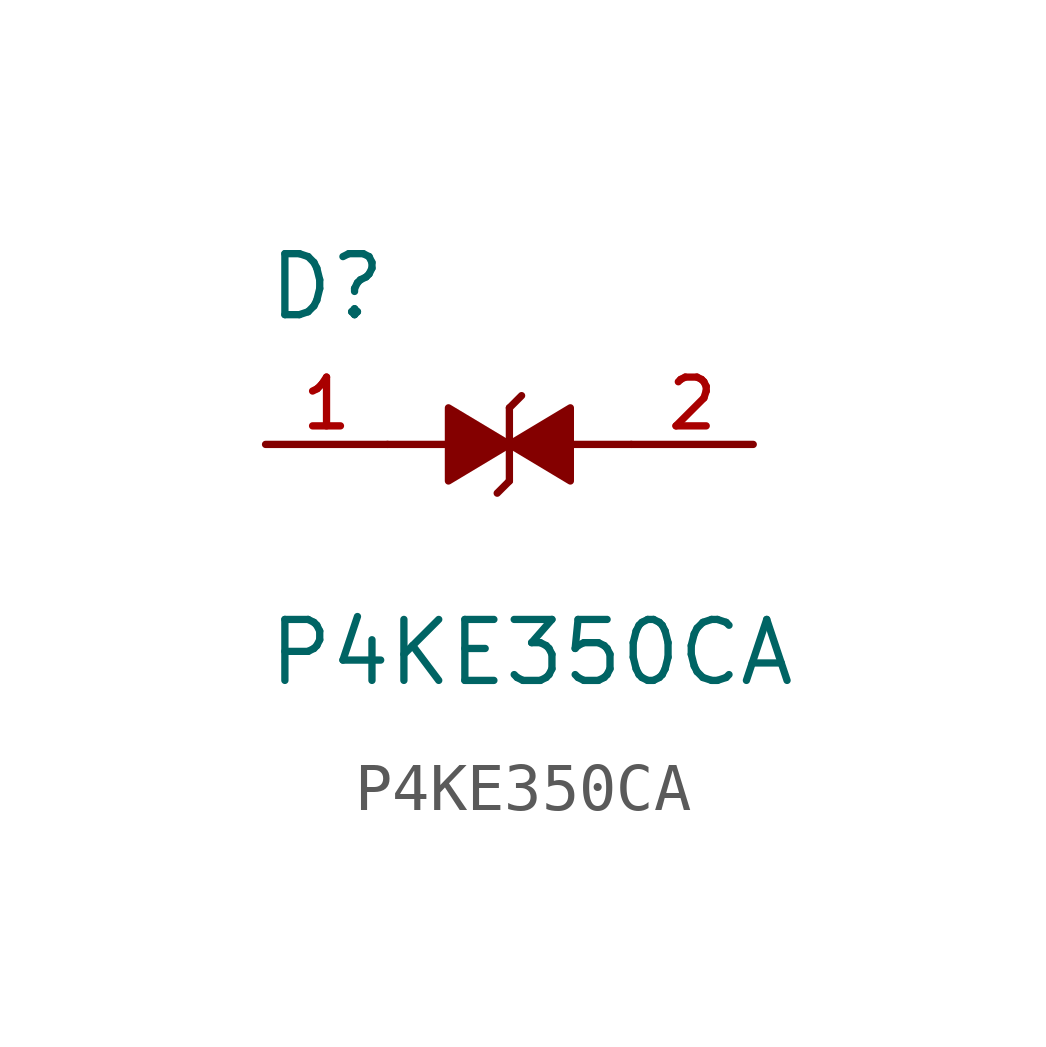
<source format=kicad_sym>
(kicad_symbol_lib
  (version 20211014)
  (generator kicad_symbol_editor)
  (symbol "P4KE350CA"
    (pin_names
      (offset 1.016))
    (property "Reference" "D"
      (at -5.08 2.54 0)
      (effects (font (size 1.27 1.27)) (justify bottom left)))
    (property "Value" "P4KE350CA"
      (at -5.08 -5.08 0)
      (effects (font (size 1.27 1.27)) (justify bottom left)))
    (symbol "P4KE350CA_0_0"
      (polyline (pts (xy 0.0 0.0) (xy -1.27 -0.762) (xy -1.27 0.762) (xy 0.0 0.0)) (stroke (width 0.152)) (fill (type outline)))
      (polyline (pts (xy 0.0 -0.762) (xy 0.0 0.762)) (stroke (width 0.152)))
      (polyline (pts (xy 0.0 0.0) (xy 1.27 0.762) (xy 1.27 -0.762) (xy 0.0 0.0)) (stroke (width 0.152)) (fill (type outline)))
      (polyline (pts (xy 0.0 -0.762) (xy -0.254 -1.016)) (stroke (width 0.152)))
      (polyline (pts (xy 0.0 0.762) (xy 0.254 1.016)) (stroke (width 0.152)))
      (polyline (pts (xy 1.27 0.0) (xy 2.54 0.0)) (stroke (width 0.152)))
      (polyline (pts (xy -1.27 0.0) (xy -2.54 0.0)) (stroke (width 0.152)))
      (pin passive line (at -5.08 0.0 0) (length 2.54) (name "~" (effects (font (size 1.016 1.016)))) (number "1" (effects (font (size 1.016 1.016)))))
      (pin passive line (at 5.08 0.0 180.0) (length 2.54) (name "~" (effects (font (size 1.016 1.016)))) (number "2" (effects (font (size 1.016 1.016))))))))
</source>
